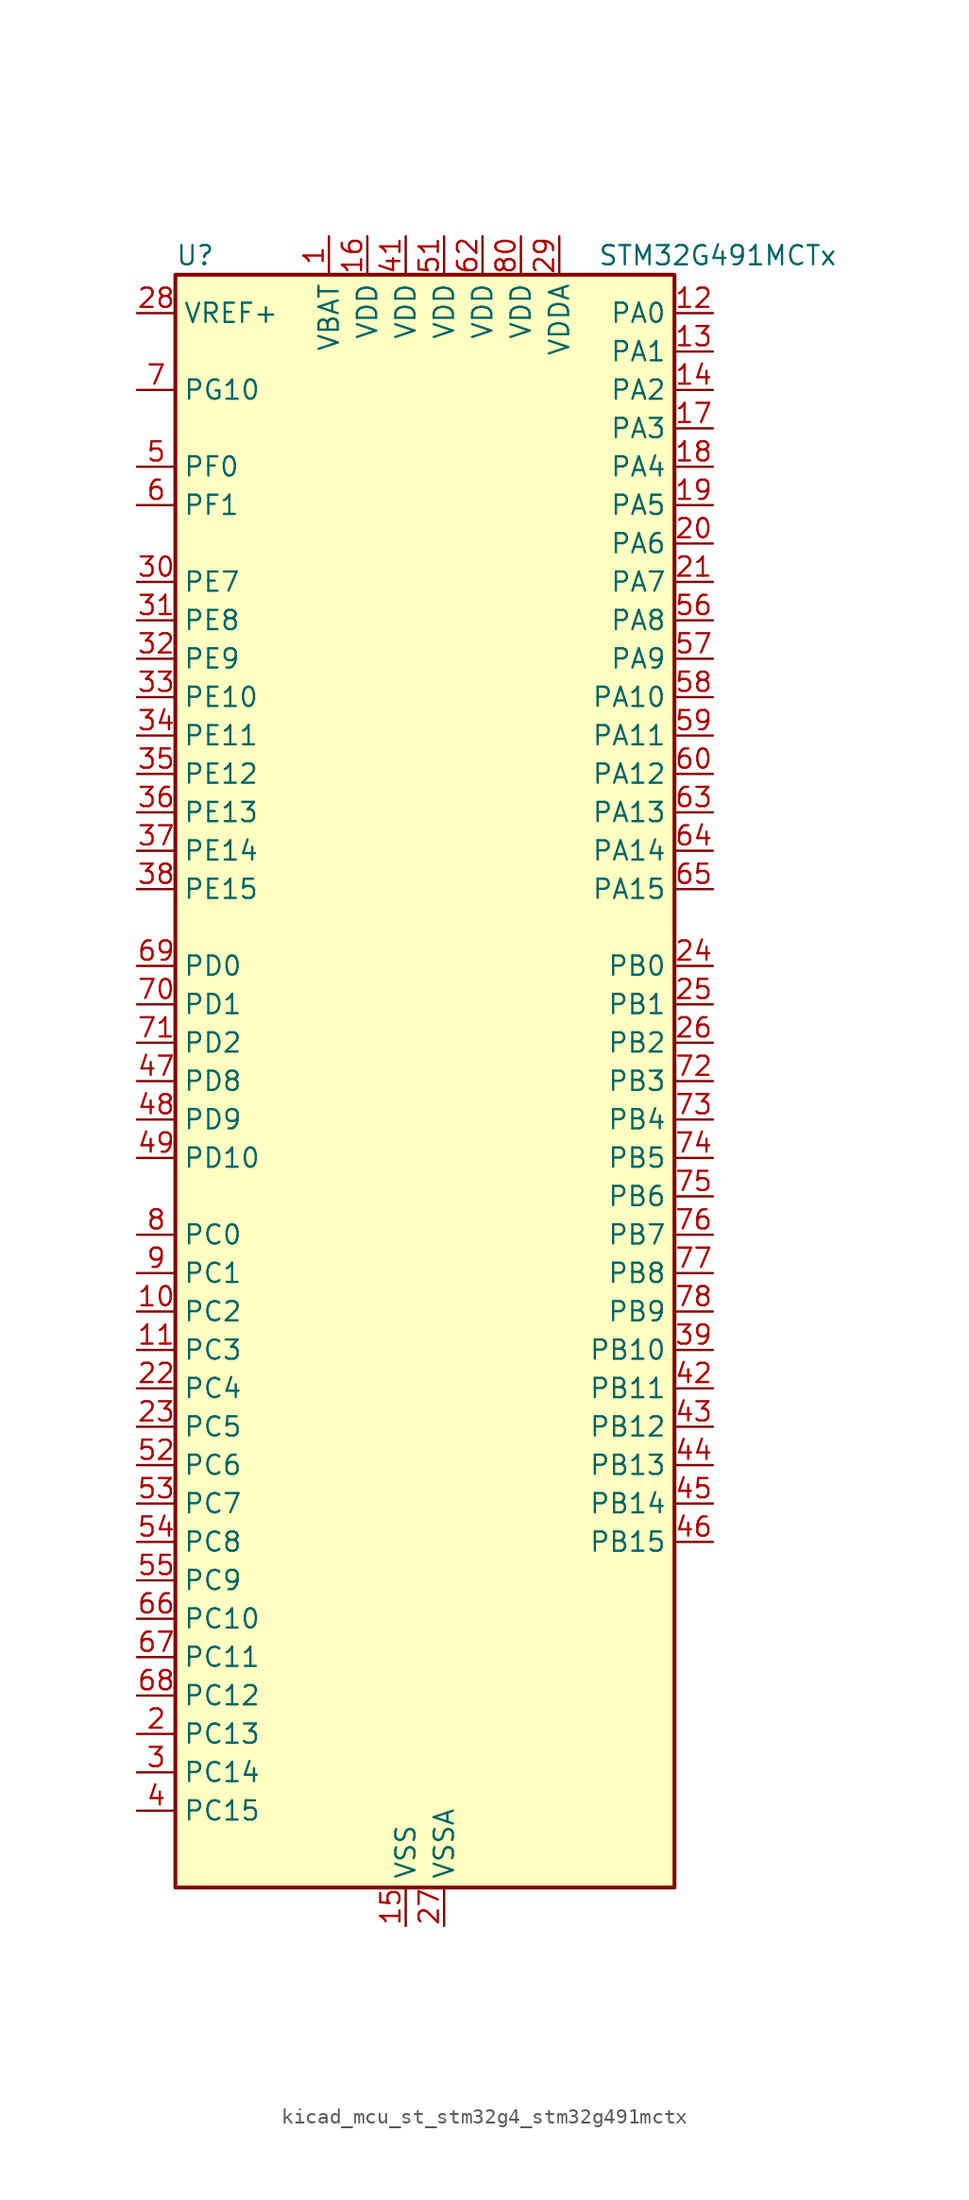
<source format=kicad_sym>
(kicad_symbol_lib
  (version 20220914)
  (generator kicad_symbol_editor)
  (symbol "kicad_mcu_st_stm32g4_stm32g491mctx"
    (property "Reference" "U"
      (at -15.24 54.61 0)
      (effects (font (size 1.27 1.27)) (justify left)))
    (property "Value" "STM32G491MCTx"
      (at 12.7 54.61 0)
      (effects (font (size 1.27 1.27)) (justify left)))
    (property "ki_locked" ""
      (at 0 0 0)
      (effects (font (size 1.27 1.27))))
    (symbol "kicad_mcu_st_stm32g4_stm32g491mctx_0_1"
      (rectangle (start -15.24 -53.34) (end 17.78 53.34) (stroke (width 0.254) (type default)) (fill (type background))))
    (symbol "kicad_mcu_st_stm32g4_stm32g491mctx_1_1"
      (pin power_in line (at -5.08 55.88 270) (length 2.54) (name "VBAT" (effects (font (size 1.27 1.27)))) (number "1" (effects (font (size 1.27 1.27)))))
      (pin bidirectional line (at -17.78 -15.24 0) (length 2.54) (name "PC2" (effects (font (size 1.27 1.27)))) (number "10" (effects (font (size 1.27 1.27)))) (alternate "ADC1_IN8" bidirectional line) (alternate "ADC2_IN8" bidirectional line) (alternate "ADC3_EXTI2" bidirectional line) (alternate "COMP3_OUT" bidirectional line) (alternate "LPTIM1_IN2" bidirectional line) (alternate "QUADSPI1_BK2_IO1" bidirectional line) (alternate "TIM1_CH3" bidirectional line) (alternate "TIM20_CH2" bidirectional line))
      (pin bidirectional line (at -17.78 -17.78 0) (length 2.54) (name "PC3" (effects (font (size 1.27 1.27)))) (number "11" (effects (font (size 1.27 1.27)))) (alternate "ADC1_IN9" bidirectional line) (alternate "ADC2_IN9" bidirectional line) (alternate "ADC3_EXTI3" bidirectional line) (alternate "LPTIM1_ETR" bidirectional line) (alternate "QUADSPI1_BK2_IO2" bidirectional line) (alternate "SAI1_D1" bidirectional line) (alternate "SAI1_SD_A" bidirectional line) (alternate "TIM1_BKIN2" bidirectional line) (alternate "TIM1_CH4" bidirectional line))
      (pin bidirectional line (at 20.32 50.8 180) (length 2.54) (name "PA0" (effects (font (size 1.27 1.27)))) (number "12" (effects (font (size 1.27 1.27)))) (alternate "ADC1_IN1" bidirectional line) (alternate "ADC2_IN1" bidirectional line) (alternate "COMP1_INM" bidirectional line) (alternate "COMP1_OUT" bidirectional line) (alternate "COMP3_INP" bidirectional line) (alternate "RTC_TAMP2" bidirectional line) (alternate "SYS_WKUP1" bidirectional line) (alternate "TIM2_CH1" bidirectional line) (alternate "TIM2_ETR" bidirectional line) (alternate "TIM8_BKIN" bidirectional line) (alternate "TIM8_ETR" bidirectional line) (alternate "USART2_CTS" bidirectional line) (alternate "USART2_NSS" bidirectional line))
      (pin bidirectional line (at 20.32 48.26 180) (length 2.54) (name "PA1" (effects (font (size 1.27 1.27)))) (number "13" (effects (font (size 1.27 1.27)))) (alternate "ADC1_IN2" bidirectional line) (alternate "ADC2_IN2" bidirectional line) (alternate "COMP1_INP" bidirectional line) (alternate "OPAMP1_VINP" bidirectional line) (alternate "OPAMP1_VINP_SEC" bidirectional line) (alternate "OPAMP3_VINP" bidirectional line) (alternate "OPAMP3_VINP_SEC" bidirectional line) (alternate "OPAMP6_VINM" bidirectional line) (alternate "OPAMP6_VINM0" bidirectional line) (alternate "OPAMP6_VINM_SEC" bidirectional line) (alternate "RTC_REFIN" bidirectional line) (alternate "TIM15_CH1N" bidirectional line) (alternate "TIM2_CH2" bidirectional line) (alternate "USART2_DE" bidirectional line) (alternate "USART2_RTS" bidirectional line))
      (pin bidirectional line (at 20.32 45.72 180) (length 2.54) (name "PA2" (effects (font (size 1.27 1.27)))) (number "14" (effects (font (size 1.27 1.27)))) (alternate "ADC1_IN3" bidirectional line) (alternate "ADC3_EXTI2" bidirectional line) (alternate "COMP2_INM" bidirectional line) (alternate "COMP2_OUT" bidirectional line) (alternate "LPUART1_TX" bidirectional line) (alternate "OPAMP1_VOUT" bidirectional line) (alternate "QUADSPI1_BK1_NCS" bidirectional line) (alternate "RCC_LSCO" bidirectional line) (alternate "SYS_WKUP4" bidirectional line) (alternate "TIM15_CH1" bidirectional line) (alternate "TIM2_CH3" bidirectional line) (alternate "UCPD1_FRSTX1" bidirectional line) (alternate "UCPD1_FRSTX2" bidirectional line) (alternate "USART2_TX" bidirectional line))
      (pin power_in line (at 0 -55.88 90) (length 2.54) (name "VSS" (effects (font (size 1.27 1.27)))) (number "15" (effects (font (size 1.27 1.27)))))
      (pin power_in line (at -2.54 55.88 270) (length 2.54) (name "VDD" (effects (font (size 1.27 1.27)))) (number "16" (effects (font (size 1.27 1.27)))))
      (pin bidirectional line (at 20.32 43.18 180) (length 2.54) (name "PA3" (effects (font (size 1.27 1.27)))) (number "17" (effects (font (size 1.27 1.27)))) (alternate "ADC1_IN4" bidirectional line) (alternate "ADC3_EXTI3" bidirectional line) (alternate "COMP2_INP" bidirectional line) (alternate "LPUART1_RX" bidirectional line) (alternate "OPAMP1_VINM" bidirectional line) (alternate "OPAMP1_VINM0" bidirectional line) (alternate "OPAMP1_VINM_SEC" bidirectional line) (alternate "OPAMP1_VINP" bidirectional line) (alternate "OPAMP1_VINP_SEC" bidirectional line) (alternate "QUADSPI1_CLK" bidirectional line) (alternate "SAI1_CK1" bidirectional line) (alternate "SAI1_MCLK_A" bidirectional line) (alternate "TIM15_CH2" bidirectional line) (alternate "TIM2_CH4" bidirectional line) (alternate "USART2_RX" bidirectional line))
      (pin bidirectional line (at 20.32 40.64 180) (length 2.54) (name "PA4" (effects (font (size 1.27 1.27)))) (number "18" (effects (font (size 1.27 1.27)))) (alternate "ADC2_IN17" bidirectional line) (alternate "COMP1_INM" bidirectional line) (alternate "DAC1_OUT1" bidirectional line) (alternate "I2S3_WS" bidirectional line) (alternate "SAI1_FS_B" bidirectional line) (alternate "SPI1_NSS" bidirectional line) (alternate "SPI3_NSS" bidirectional line) (alternate "TIM3_CH2" bidirectional line) (alternate "USART2_CK" bidirectional line))
      (pin bidirectional line (at 20.32 38.1 180) (length 2.54) (name "PA5" (effects (font (size 1.27 1.27)))) (number "19" (effects (font (size 1.27 1.27)))) (alternate "ADC2_IN13" bidirectional line) (alternate "COMP2_INM" bidirectional line) (alternate "DAC1_OUT2" bidirectional line) (alternate "OPAMP2_VINM" bidirectional line) (alternate "OPAMP2_VINM0" bidirectional line) (alternate "OPAMP2_VINM_SEC" bidirectional line) (alternate "SPI1_SCK" bidirectional line) (alternate "TIM2_CH1" bidirectional line) (alternate "TIM2_ETR" bidirectional line) (alternate "UCPD1_FRSTX1" bidirectional line) (alternate "UCPD1_FRSTX2" bidirectional line))
      (pin bidirectional line (at -17.78 -43.18 0) (length 2.54) (name "PC13" (effects (font (size 1.27 1.27)))) (number "2" (effects (font (size 1.27 1.27)))) (alternate "RTC_OUT1" bidirectional line) (alternate "RTC_TAMP1" bidirectional line) (alternate "RTC_TS" bidirectional line) (alternate "SYS_WKUP2" bidirectional line) (alternate "TIM1_BKIN" bidirectional line) (alternate "TIM1_CH1N" bidirectional line) (alternate "TIM8_CH4N" bidirectional line))
      (pin bidirectional line (at 20.32 35.56 180) (length 2.54) (name "PA6" (effects (font (size 1.27 1.27)))) (number "20" (effects (font (size 1.27 1.27)))) (alternate "ADC2_IN3" bidirectional line) (alternate "COMP1_OUT" bidirectional line) (alternate "LPUART1_CTS" bidirectional line) (alternate "OPAMP2_VOUT" bidirectional line) (alternate "QUADSPI1_BK1_IO3" bidirectional line) (alternate "SPI1_MISO" bidirectional line) (alternate "TIM16_CH1" bidirectional line) (alternate "TIM1_BKIN" bidirectional line) (alternate "TIM3_CH1" bidirectional line) (alternate "TIM8_BKIN" bidirectional line))
      (pin bidirectional line (at 20.32 33.02 180) (length 2.54) (name "PA7" (effects (font (size 1.27 1.27)))) (number "21" (effects (font (size 1.27 1.27)))) (alternate "ADC2_IN4" bidirectional line) (alternate "COMP2_INP" bidirectional line) (alternate "COMP2_OUT" bidirectional line) (alternate "OPAMP1_VINP" bidirectional line) (alternate "OPAMP1_VINP_SEC" bidirectional line) (alternate "OPAMP2_VINP" bidirectional line) (alternate "OPAMP2_VINP_SEC" bidirectional line) (alternate "QUADSPI1_BK1_IO2" bidirectional line) (alternate "SPI1_MOSI" bidirectional line) (alternate "TIM17_CH1" bidirectional line) (alternate "TIM1_CH1N" bidirectional line) (alternate "TIM3_CH2" bidirectional line) (alternate "TIM8_CH1N" bidirectional line) (alternate "UCPD1_FRSTX1" bidirectional line) (alternate "UCPD1_FRSTX2" bidirectional line))
      (pin bidirectional line (at -17.78 -20.32 0) (length 2.54) (name "PC4" (effects (font (size 1.27 1.27)))) (number "22" (effects (font (size 1.27 1.27)))) (alternate "ADC2_IN5" bidirectional line) (alternate "I2C2_SCL" bidirectional line) (alternate "QUADSPI1_BK2_IO3" bidirectional line) (alternate "TIM1_ETR" bidirectional line) (alternate "USART1_TX" bidirectional line))
      (pin bidirectional line (at -17.78 -22.86 0) (length 2.54) (name "PC5" (effects (font (size 1.27 1.27)))) (number "23" (effects (font (size 1.27 1.27)))) (alternate "ADC2_IN11" bidirectional line) (alternate "OPAMP1_VINM" bidirectional line) (alternate "OPAMP1_VINM1" bidirectional line) (alternate "OPAMP1_VINM_SEC" bidirectional line) (alternate "OPAMP2_VINM" bidirectional line) (alternate "OPAMP2_VINM1" bidirectional line) (alternate "OPAMP2_VINM_SEC" bidirectional line) (alternate "SAI1_D3" bidirectional line) (alternate "SYS_WKUP5" bidirectional line) (alternate "TIM15_BKIN" bidirectional line) (alternate "TIM1_CH4N" bidirectional line) (alternate "USART1_RX" bidirectional line))
      (pin bidirectional line (at 20.32 7.62 180) (length 2.54) (name "PB0" (effects (font (size 1.27 1.27)))) (number "24" (effects (font (size 1.27 1.27)))) (alternate "ADC1_IN15" bidirectional line) (alternate "ADC3_IN12" bidirectional line) (alternate "COMP4_INP" bidirectional line) (alternate "OPAMP2_VINP" bidirectional line) (alternate "OPAMP2_VINP_SEC" bidirectional line) (alternate "OPAMP3_VINP" bidirectional line) (alternate "OPAMP3_VINP_SEC" bidirectional line) (alternate "QUADSPI1_BK1_IO1" bidirectional line) (alternate "TIM1_CH2N" bidirectional line) (alternate "TIM3_CH3" bidirectional line) (alternate "TIM8_CH2N" bidirectional line) (alternate "UCPD1_FRSTX1" bidirectional line) (alternate "UCPD1_FRSTX2" bidirectional line))
      (pin bidirectional line (at 20.32 5.08 180) (length 2.54) (name "PB1" (effects (font (size 1.27 1.27)))) (number "25" (effects (font (size 1.27 1.27)))) (alternate "ADC1_IN12" bidirectional line) (alternate "ADC3_IN1" bidirectional line) (alternate "COMP1_INP" bidirectional line) (alternate "COMP4_OUT" bidirectional line) (alternate "LPUART1_DE" bidirectional line) (alternate "LPUART1_RTS" bidirectional line) (alternate "OPAMP3_VOUT" bidirectional line) (alternate "OPAMP6_VINM" bidirectional line) (alternate "OPAMP6_VINM1" bidirectional line) (alternate "OPAMP6_VINM_SEC" bidirectional line) (alternate "QUADSPI1_BK1_IO0" bidirectional line) (alternate "TIM1_CH3N" bidirectional line) (alternate "TIM3_CH4" bidirectional line) (alternate "TIM8_CH3N" bidirectional line))
      (pin bidirectional line (at 20.32 2.54 180) (length 2.54) (name "PB2" (effects (font (size 1.27 1.27)))) (number "26" (effects (font (size 1.27 1.27)))) (alternate "ADC2_IN12" bidirectional line) (alternate "ADC3_EXTI2" bidirectional line) (alternate "COMP4_INM" bidirectional line) (alternate "I2C3_SMBA" bidirectional line) (alternate "LPTIM1_OUT" bidirectional line) (alternate "OPAMP3_VINM" bidirectional line) (alternate "OPAMP3_VINM0" bidirectional line) (alternate "OPAMP3_VINM_SEC" bidirectional line) (alternate "QUADSPI1_BK2_IO1" bidirectional line) (alternate "RTC_OUT2" bidirectional line) (alternate "TIM20_CH1" bidirectional line))
      (pin power_in line (at 2.54 -55.88 90) (length 2.54) (name "VSSA" (effects (font (size 1.27 1.27)))) (number "27" (effects (font (size 1.27 1.27)))))
      (pin input line (at -17.78 50.8 0) (length 2.54) (name "VREF+" (effects (font (size 1.27 1.27)))) (number "28" (effects (font (size 1.27 1.27)))) (alternate "VREFBUF_OUT" bidirectional line))
      (pin power_in line (at 10.16 55.88 270) (length 2.54) (name "VDDA" (effects (font (size 1.27 1.27)))) (number "29" (effects (font (size 1.27 1.27)))))
      (pin bidirectional line (at -17.78 -45.72 0) (length 2.54) (name "PC14" (effects (font (size 1.27 1.27)))) (number "3" (effects (font (size 1.27 1.27)))) (alternate "RCC_OSC32_IN" bidirectional line))
      (pin bidirectional line (at -17.78 33.02 0) (length 2.54) (name "PE7" (effects (font (size 1.27 1.27)))) (number "30" (effects (font (size 1.27 1.27)))) (alternate "ADC3_IN4" bidirectional line) (alternate "COMP4_INP" bidirectional line) (alternate "SAI1_SD_B" bidirectional line) (alternate "TIM1_ETR" bidirectional line))
      (pin bidirectional line (at -17.78 30.48 0) (length 2.54) (name "PE8" (effects (font (size 1.27 1.27)))) (number "31" (effects (font (size 1.27 1.27)))) (alternate "ADC3_IN6" bidirectional line) (alternate "COMP4_INM" bidirectional line) (alternate "SAI1_SCK_B" bidirectional line) (alternate "TIM1_CH1N" bidirectional line))
      (pin bidirectional line (at -17.78 27.94 0) (length 2.54) (name "PE9" (effects (font (size 1.27 1.27)))) (number "32" (effects (font (size 1.27 1.27)))) (alternate "ADC3_IN2" bidirectional line) (alternate "DAC1_EXTI9" bidirectional line) (alternate "DAC3_EXTI9" bidirectional line) (alternate "SAI1_FS_B" bidirectional line) (alternate "TIM1_CH1" bidirectional line))
      (pin bidirectional line (at -17.78 25.4 0) (length 2.54) (name "PE10" (effects (font (size 1.27 1.27)))) (number "33" (effects (font (size 1.27 1.27)))) (alternate "ADC3_IN14" bidirectional line) (alternate "DAC1_EXTI10" bidirectional line) (alternate "DAC3_EXTI10" bidirectional line) (alternate "QUADSPI1_CLK" bidirectional line) (alternate "SAI1_MCLK_B" bidirectional line) (alternate "TIM1_CH2N" bidirectional line))
      (pin bidirectional line (at -17.78 22.86 0) (length 2.54) (name "PE11" (effects (font (size 1.27 1.27)))) (number "34" (effects (font (size 1.27 1.27)))) (alternate "ADC1_EXTI11" bidirectional line) (alternate "ADC2_EXTI11" bidirectional line) (alternate "ADC3_IN15" bidirectional line) (alternate "QUADSPI1_BK1_NCS" bidirectional line) (alternate "TIM1_CH2" bidirectional line))
      (pin bidirectional line (at -17.78 20.32 0) (length 2.54) (name "PE12" (effects (font (size 1.27 1.27)))) (number "35" (effects (font (size 1.27 1.27)))) (alternate "ADC3_IN16" bidirectional line) (alternate "QUADSPI1_BK1_IO0" bidirectional line) (alternate "TIM1_CH3N" bidirectional line))
      (pin bidirectional line (at -17.78 17.78 0) (length 2.54) (name "PE13" (effects (font (size 1.27 1.27)))) (number "36" (effects (font (size 1.27 1.27)))) (alternate "ADC3_IN3" bidirectional line) (alternate "QUADSPI1_BK1_IO1" bidirectional line) (alternate "TIM1_CH3" bidirectional line))
      (pin bidirectional line (at -17.78 15.24 0) (length 2.54) (name "PE14" (effects (font (size 1.27 1.27)))) (number "37" (effects (font (size 1.27 1.27)))) (alternate "QUADSPI1_BK1_IO2" bidirectional line) (alternate "TIM1_BKIN2" bidirectional line) (alternate "TIM1_CH4" bidirectional line))
      (pin bidirectional line (at -17.78 12.7 0) (length 2.54) (name "PE15" (effects (font (size 1.27 1.27)))) (number "38" (effects (font (size 1.27 1.27)))) (alternate "ADC1_EXTI15" bidirectional line) (alternate "ADC2_EXTI15" bidirectional line) (alternate "QUADSPI1_BK1_IO3" bidirectional line) (alternate "TIM1_BKIN" bidirectional line) (alternate "TIM1_CH4N" bidirectional line) (alternate "USART3_RX" bidirectional line))
      (pin bidirectional line (at 20.32 -17.78 180) (length 2.54) (name "PB10" (effects (font (size 1.27 1.27)))) (number "39" (effects (font (size 1.27 1.27)))) (alternate "DAC1_EXTI10" bidirectional line) (alternate "DAC3_EXTI10" bidirectional line) (alternate "LPUART1_RX" bidirectional line) (alternate "OPAMP3_VINM" bidirectional line) (alternate "OPAMP3_VINM1" bidirectional line) (alternate "OPAMP3_VINM_SEC" bidirectional line) (alternate "QUADSPI1_CLK" bidirectional line) (alternate "SAI1_SCK_A" bidirectional line) (alternate "TIM1_BKIN" bidirectional line) (alternate "TIM2_CH3" bidirectional line) (alternate "USART3_TX" bidirectional line))
      (pin bidirectional line (at -17.78 -48.26 0) (length 2.54) (name "PC15" (effects (font (size 1.27 1.27)))) (number "4" (effects (font (size 1.27 1.27)))) (alternate "ADC1_EXTI15" bidirectional line) (alternate "ADC2_EXTI15" bidirectional line) (alternate "RCC_OSC32_OUT" bidirectional line))
      (pin passive line (at 0 -55.88 90) (length 2.54) hide (name "VSS" (effects (font (size 1.27 1.27)))) (number "40" (effects (font (size 1.27 1.27)))))
      (pin power_in line (at 0 55.88 270) (length 2.54) (name "VDD" (effects (font (size 1.27 1.27)))) (number "41" (effects (font (size 1.27 1.27)))))
      (pin bidirectional line (at 20.32 -20.32 180) (length 2.54) (name "PB11" (effects (font (size 1.27 1.27)))) (number "42" (effects (font (size 1.27 1.27)))) (alternate "ADC1_EXTI11" bidirectional line) (alternate "ADC1_IN14" bidirectional line) (alternate "ADC2_EXTI11" bidirectional line) (alternate "ADC2_IN14" bidirectional line) (alternate "LPUART1_TX" bidirectional line) (alternate "OPAMP6_VOUT" bidirectional line) (alternate "QUADSPI1_BK1_NCS" bidirectional line) (alternate "TIM2_CH4" bidirectional line) (alternate "USART3_RX" bidirectional line))
      (pin bidirectional line (at 20.32 -22.86 180) (length 2.54) (name "PB12" (effects (font (size 1.27 1.27)))) (number "43" (effects (font (size 1.27 1.27)))) (alternate "ADC1_IN11" bidirectional line) (alternate "FDCAN2_RX" bidirectional line) (alternate "I2C2_SMBA" bidirectional line) (alternate "I2S2_WS" bidirectional line) (alternate "LPUART1_DE" bidirectional line) (alternate "LPUART1_RTS" bidirectional line) (alternate "OPAMP6_VINP" bidirectional line) (alternate "OPAMP6_VINP_SEC" bidirectional line) (alternate "SPI2_NSS" bidirectional line) (alternate "TIM1_BKIN" bidirectional line) (alternate "USART3_CK" bidirectional line))
      (pin bidirectional line (at 20.32 -25.4 180) (length 2.54) (name "PB13" (effects (font (size 1.27 1.27)))) (number "44" (effects (font (size 1.27 1.27)))) (alternate "ADC3_IN5" bidirectional line) (alternate "FDCAN2_TX" bidirectional line) (alternate "I2S2_CK" bidirectional line) (alternate "LPUART1_CTS" bidirectional line) (alternate "OPAMP3_VINP" bidirectional line) (alternate "OPAMP3_VINP_SEC" bidirectional line) (alternate "OPAMP6_VINP" bidirectional line) (alternate "OPAMP6_VINP_SEC" bidirectional line) (alternate "SPI2_SCK" bidirectional line) (alternate "TIM1_CH1N" bidirectional line) (alternate "USART3_CTS" bidirectional line) (alternate "USART3_NSS" bidirectional line))
      (pin bidirectional line (at 20.32 -27.94 180) (length 2.54) (name "PB14" (effects (font (size 1.27 1.27)))) (number "45" (effects (font (size 1.27 1.27)))) (alternate "ADC1_IN5" bidirectional line) (alternate "COMP4_OUT" bidirectional line) (alternate "OPAMP2_VINP" bidirectional line) (alternate "OPAMP2_VINP_SEC" bidirectional line) (alternate "SPI2_MISO" bidirectional line) (alternate "TIM15_CH1" bidirectional line) (alternate "TIM1_CH2N" bidirectional line) (alternate "USART3_DE" bidirectional line) (alternate "USART3_RTS" bidirectional line))
      (pin bidirectional line (at 20.32 -30.48 180) (length 2.54) (name "PB15" (effects (font (size 1.27 1.27)))) (number "46" (effects (font (size 1.27 1.27)))) (alternate "ADC1_EXTI15" bidirectional line) (alternate "ADC2_EXTI15" bidirectional line) (alternate "ADC2_IN15" bidirectional line) (alternate "COMP3_OUT" bidirectional line) (alternate "I2S2_SD" bidirectional line) (alternate "RTC_REFIN" bidirectional line) (alternate "SPI2_MOSI" bidirectional line) (alternate "TIM15_CH1N" bidirectional line) (alternate "TIM15_CH2" bidirectional line) (alternate "TIM1_CH3N" bidirectional line))
      (pin bidirectional line (at -17.78 0 0) (length 2.54) (name "PD8" (effects (font (size 1.27 1.27)))) (number "47" (effects (font (size 1.27 1.27)))) (alternate "USART3_TX" bidirectional line))
      (pin bidirectional line (at -17.78 -2.54 0) (length 2.54) (name "PD9" (effects (font (size 1.27 1.27)))) (number "48" (effects (font (size 1.27 1.27)))) (alternate "DAC1_EXTI9" bidirectional line) (alternate "DAC3_EXTI9" bidirectional line) (alternate "OPAMP6_VINP" bidirectional line) (alternate "OPAMP6_VINP_SEC" bidirectional line) (alternate "USART3_RX" bidirectional line))
      (pin bidirectional line (at -17.78 -5.08 0) (length 2.54) (name "PD10" (effects (font (size 1.27 1.27)))) (number "49" (effects (font (size 1.27 1.27)))) (alternate "ADC3_IN7" bidirectional line) (alternate "DAC1_EXTI10" bidirectional line) (alternate "DAC3_EXTI10" bidirectional line) (alternate "USART3_CK" bidirectional line))
      (pin bidirectional line (at -17.78 40.64 0) (length 2.54) (name "PF0" (effects (font (size 1.27 1.27)))) (number "5" (effects (font (size 1.27 1.27)))) (alternate "ADC1_IN10" bidirectional line) (alternate "I2C2_SDA" bidirectional line) (alternate "I2S2_WS" bidirectional line) (alternate "RCC_OSC_IN" bidirectional line) (alternate "SPI2_NSS" bidirectional line) (alternate "TIM1_CH3N" bidirectional line))
      (pin passive line (at 0 -55.88 90) (length 2.54) hide (name "VSS" (effects (font (size 1.27 1.27)))) (number "50" (effects (font (size 1.27 1.27)))))
      (pin power_in line (at 2.54 55.88 270) (length 2.54) (name "VDD" (effects (font (size 1.27 1.27)))) (number "51" (effects (font (size 1.27 1.27)))))
      (pin bidirectional line (at -17.78 -25.4 0) (length 2.54) (name "PC6" (effects (font (size 1.27 1.27)))) (number "52" (effects (font (size 1.27 1.27)))) (alternate "I2S2_MCK" bidirectional line) (alternate "TIM3_CH1" bidirectional line) (alternate "TIM8_CH1" bidirectional line))
      (pin bidirectional line (at -17.78 -27.94 0) (length 2.54) (name "PC7" (effects (font (size 1.27 1.27)))) (number "53" (effects (font (size 1.27 1.27)))) (alternate "I2S3_MCK" bidirectional line) (alternate "TIM3_CH2" bidirectional line) (alternate "TIM8_CH2" bidirectional line))
      (pin bidirectional line (at -17.78 -30.48 0) (length 2.54) (name "PC8" (effects (font (size 1.27 1.27)))) (number "54" (effects (font (size 1.27 1.27)))) (alternate "I2C3_SCL" bidirectional line) (alternate "TIM20_CH3" bidirectional line) (alternate "TIM3_CH3" bidirectional line) (alternate "TIM8_CH3" bidirectional line))
      (pin bidirectional line (at -17.78 -33.02 0) (length 2.54) (name "PC9" (effects (font (size 1.27 1.27)))) (number "55" (effects (font (size 1.27 1.27)))) (alternate "DAC1_EXTI9" bidirectional line) (alternate "DAC3_EXTI9" bidirectional line) (alternate "I2C3_SDA" bidirectional line) (alternate "I2S_CKIN" bidirectional line) (alternate "TIM3_CH4" bidirectional line) (alternate "TIM8_BKIN2" bidirectional line) (alternate "TIM8_CH4" bidirectional line))
      (pin bidirectional line (at 20.32 30.48 180) (length 2.54) (name "PA8" (effects (font (size 1.27 1.27)))) (number "56" (effects (font (size 1.27 1.27)))) (alternate "I2C2_SDA" bidirectional line) (alternate "I2C3_SCL" bidirectional line) (alternate "I2S2_MCK" bidirectional line) (alternate "RCC_MCO" bidirectional line) (alternate "SAI1_CK2" bidirectional line) (alternate "SAI1_SCK_A" bidirectional line) (alternate "TIM1_CH1" bidirectional line) (alternate "TIM4_ETR" bidirectional line) (alternate "USART1_CK" bidirectional line))
      (pin bidirectional line (at 20.32 27.94 180) (length 2.54) (name "PA9" (effects (font (size 1.27 1.27)))) (number "57" (effects (font (size 1.27 1.27)))) (alternate "DAC1_EXTI9" bidirectional line) (alternate "DAC3_EXTI9" bidirectional line) (alternate "I2C2_SCL" bidirectional line) (alternate "I2C3_SMBA" bidirectional line) (alternate "I2S3_MCK" bidirectional line) (alternate "SAI1_FS_A" bidirectional line) (alternate "TIM15_BKIN" bidirectional line) (alternate "TIM1_CH2" bidirectional line) (alternate "TIM2_CH3" bidirectional line) (alternate "UCPD1_DBCC1" bidirectional line) (alternate "USART1_TX" bidirectional line))
      (pin bidirectional line (at 20.32 25.4 180) (length 2.54) (name "PA10" (effects (font (size 1.27 1.27)))) (number "58" (effects (font (size 1.27 1.27)))) (alternate "CRS_SYNC" bidirectional line) (alternate "DAC1_EXTI10" bidirectional line) (alternate "DAC3_EXTI10" bidirectional line) (alternate "I2C2_SMBA" bidirectional line) (alternate "SAI1_D1" bidirectional line) (alternate "SAI1_SD_A" bidirectional line) (alternate "SPI2_MISO" bidirectional line) (alternate "TIM17_BKIN" bidirectional line) (alternate "TIM1_CH3" bidirectional line) (alternate "TIM2_CH4" bidirectional line) (alternate "TIM8_BKIN" bidirectional line) (alternate "UCPD1_DBCC2" bidirectional line) (alternate "USART1_RX" bidirectional line))
      (pin bidirectional line (at 20.32 22.86 180) (length 2.54) (name "PA11" (effects (font (size 1.27 1.27)))) (number "59" (effects (font (size 1.27 1.27)))) (alternate "ADC1_EXTI11" bidirectional line) (alternate "ADC2_EXTI11" bidirectional line) (alternate "COMP1_OUT" bidirectional line) (alternate "FDCAN1_RX" bidirectional line) (alternate "I2S2_SD" bidirectional line) (alternate "SPI2_MOSI" bidirectional line) (alternate "TIM1_BKIN2" bidirectional line) (alternate "TIM1_CH1N" bidirectional line) (alternate "TIM1_CH4" bidirectional line) (alternate "TIM4_CH1" bidirectional line) (alternate "USART1_CTS" bidirectional line) (alternate "USART1_NSS" bidirectional line) (alternate "USB_DM" bidirectional line))
      (pin bidirectional line (at -17.78 38.1 0) (length 2.54) (name "PF1" (effects (font (size 1.27 1.27)))) (number "6" (effects (font (size 1.27 1.27)))) (alternate "ADC2_IN10" bidirectional line) (alternate "COMP3_INM" bidirectional line) (alternate "I2S2_CK" bidirectional line) (alternate "RCC_OSC_OUT" bidirectional line) (alternate "SPI2_SCK" bidirectional line))
      (pin bidirectional line (at 20.32 20.32 180) (length 2.54) (name "PA12" (effects (font (size 1.27 1.27)))) (number "60" (effects (font (size 1.27 1.27)))) (alternate "COMP2_OUT" bidirectional line) (alternate "FDCAN1_TX" bidirectional line) (alternate "I2S_CKIN" bidirectional line) (alternate "TIM16_CH1" bidirectional line) (alternate "TIM1_CH2N" bidirectional line) (alternate "TIM1_ETR" bidirectional line) (alternate "TIM4_CH2" bidirectional line) (alternate "USART1_DE" bidirectional line) (alternate "USART1_RTS" bidirectional line) (alternate "USB_DP" bidirectional line))
      (pin passive line (at 0 -55.88 90) (length 2.54) hide (name "VSS" (effects (font (size 1.27 1.27)))) (number "61" (effects (font (size 1.27 1.27)))))
      (pin power_in line (at 5.08 55.88 270) (length 2.54) (name "VDD" (effects (font (size 1.27 1.27)))) (number "62" (effects (font (size 1.27 1.27)))))
      (pin bidirectional line (at 20.32 17.78 180) (length 2.54) (name "PA13" (effects (font (size 1.27 1.27)))) (number "63" (effects (font (size 1.27 1.27)))) (alternate "I2C1_SCL" bidirectional line) (alternate "IR_OUT" bidirectional line) (alternate "SAI1_SD_B" bidirectional line) (alternate "SYS_JTMS-SWDIO" bidirectional line) (alternate "TIM16_CH1N" bidirectional line) (alternate "TIM4_CH3" bidirectional line) (alternate "USART3_CTS" bidirectional line) (alternate "USART3_NSS" bidirectional line))
      (pin bidirectional line (at 20.32 15.24 180) (length 2.54) (name "PA14" (effects (font (size 1.27 1.27)))) (number "64" (effects (font (size 1.27 1.27)))) (alternate "I2C1_SDA" bidirectional line) (alternate "LPTIM1_OUT" bidirectional line) (alternate "SAI1_FS_B" bidirectional line) (alternate "SYS_JTCK-SWCLK" bidirectional line) (alternate "TIM1_BKIN" bidirectional line) (alternate "TIM8_CH2" bidirectional line) (alternate "USART2_TX" bidirectional line))
      (pin bidirectional line (at 20.32 12.7 180) (length 2.54) (name "PA15" (effects (font (size 1.27 1.27)))) (number "65" (effects (font (size 1.27 1.27)))) (alternate "ADC1_EXTI15" bidirectional line) (alternate "ADC2_EXTI15" bidirectional line) (alternate "I2C1_SCL" bidirectional line) (alternate "I2S3_WS" bidirectional line) (alternate "SPI1_NSS" bidirectional line) (alternate "SPI3_NSS" bidirectional line) (alternate "SYS_JTDI" bidirectional line) (alternate "TIM1_BKIN" bidirectional line) (alternate "TIM20_ETR" bidirectional line) (alternate "TIM2_CH1" bidirectional line) (alternate "TIM2_ETR" bidirectional line) (alternate "TIM8_CH1" bidirectional line) (alternate "UART4_DE" bidirectional line) (alternate "UART4_RTS" bidirectional line) (alternate "USART2_RX" bidirectional line))
      (pin bidirectional line (at -17.78 -35.56 0) (length 2.54) (name "PC10" (effects (font (size 1.27 1.27)))) (number "66" (effects (font (size 1.27 1.27)))) (alternate "DAC1_EXTI10" bidirectional line) (alternate "DAC3_EXTI10" bidirectional line) (alternate "I2S3_CK" bidirectional line) (alternate "SPI3_SCK" bidirectional line) (alternate "TIM8_CH1N" bidirectional line) (alternate "UART4_TX" bidirectional line) (alternate "USART3_TX" bidirectional line))
      (pin bidirectional line (at -17.78 -38.1 0) (length 2.54) (name "PC11" (effects (font (size 1.27 1.27)))) (number "67" (effects (font (size 1.27 1.27)))) (alternate "ADC1_EXTI11" bidirectional line) (alternate "ADC2_EXTI11" bidirectional line) (alternate "I2C3_SDA" bidirectional line) (alternate "SPI3_MISO" bidirectional line) (alternate "TIM8_CH2N" bidirectional line) (alternate "UART4_RX" bidirectional line) (alternate "USART3_RX" bidirectional line))
      (pin bidirectional line (at -17.78 -40.64 0) (length 2.54) (name "PC12" (effects (font (size 1.27 1.27)))) (number "68" (effects (font (size 1.27 1.27)))) (alternate "I2S3_SD" bidirectional line) (alternate "SPI3_MOSI" bidirectional line) (alternate "TIM8_CH3N" bidirectional line) (alternate "UART5_TX" bidirectional line) (alternate "UCPD1_FRSTX1" bidirectional line) (alternate "UCPD1_FRSTX2" bidirectional line) (alternate "USART3_CK" bidirectional line))
      (pin bidirectional line (at -17.78 7.62 0) (length 2.54) (name "PD0" (effects (font (size 1.27 1.27)))) (number "69" (effects (font (size 1.27 1.27)))) (alternate "FDCAN1_RX" bidirectional line) (alternate "TIM8_CH4N" bidirectional line))
      (pin bidirectional line (at -17.78 45.72 0) (length 2.54) (name "PG10" (effects (font (size 1.27 1.27)))) (number "7" (effects (font (size 1.27 1.27)))) (alternate "DAC1_EXTI10" bidirectional line) (alternate "DAC3_EXTI10" bidirectional line) (alternate "RCC_MCO" bidirectional line))
      (pin bidirectional line (at -17.78 5.08 0) (length 2.54) (name "PD1" (effects (font (size 1.27 1.27)))) (number "70" (effects (font (size 1.27 1.27)))) (alternate "FDCAN1_TX" bidirectional line) (alternate "TIM8_BKIN2" bidirectional line) (alternate "TIM8_CH4" bidirectional line))
      (pin bidirectional line (at -17.78 2.54 0) (length 2.54) (name "PD2" (effects (font (size 1.27 1.27)))) (number "71" (effects (font (size 1.27 1.27)))) (alternate "ADC3_EXTI2" bidirectional line) (alternate "TIM3_ETR" bidirectional line) (alternate "TIM8_BKIN" bidirectional line) (alternate "UART5_RX" bidirectional line))
      (pin bidirectional line (at 20.32 0 180) (length 2.54) (name "PB3" (effects (font (size 1.27 1.27)))) (number "72" (effects (font (size 1.27 1.27)))) (alternate "ADC3_EXTI3" bidirectional line) (alternate "CRS_SYNC" bidirectional line) (alternate "I2S3_CK" bidirectional line) (alternate "SAI1_SCK_B" bidirectional line) (alternate "SPI1_SCK" bidirectional line) (alternate "SPI3_SCK" bidirectional line) (alternate "SYS_JTDO-SWO" bidirectional line) (alternate "TIM2_CH2" bidirectional line) (alternate "TIM3_ETR" bidirectional line) (alternate "TIM4_ETR" bidirectional line) (alternate "TIM8_CH1N" bidirectional line) (alternate "USART2_TX" bidirectional line))
      (pin bidirectional line (at 20.32 -2.54 180) (length 2.54) (name "PB4" (effects (font (size 1.27 1.27)))) (number "73" (effects (font (size 1.27 1.27)))) (alternate "SAI1_MCLK_B" bidirectional line) (alternate "SPI1_MISO" bidirectional line) (alternate "SPI3_MISO" bidirectional line) (alternate "SYS_JTRST" bidirectional line) (alternate "TIM16_CH1" bidirectional line) (alternate "TIM17_BKIN" bidirectional line) (alternate "TIM3_CH1" bidirectional line) (alternate "TIM8_CH2N" bidirectional line) (alternate "UART5_DE" bidirectional line) (alternate "UART5_RTS" bidirectional line) (alternate "UCPD1_CC2" bidirectional line) (alternate "USART2_RX" bidirectional line))
      (pin bidirectional line (at 20.32 -5.08 180) (length 2.54) (name "PB5" (effects (font (size 1.27 1.27)))) (number "74" (effects (font (size 1.27 1.27)))) (alternate "FDCAN2_RX" bidirectional line) (alternate "I2C1_SMBA" bidirectional line) (alternate "I2C3_SDA" bidirectional line) (alternate "I2S3_SD" bidirectional line) (alternate "LPTIM1_IN1" bidirectional line) (alternate "SAI1_SD_B" bidirectional line) (alternate "SPI1_MOSI" bidirectional line) (alternate "SPI3_MOSI" bidirectional line) (alternate "TIM16_BKIN" bidirectional line) (alternate "TIM17_CH1" bidirectional line) (alternate "TIM3_CH2" bidirectional line) (alternate "TIM8_CH3N" bidirectional line) (alternate "UART5_CTS" bidirectional line) (alternate "USART2_CK" bidirectional line))
      (pin bidirectional line (at 20.32 -7.62 180) (length 2.54) (name "PB6" (effects (font (size 1.27 1.27)))) (number "75" (effects (font (size 1.27 1.27)))) (alternate "COMP4_OUT" bidirectional line) (alternate "FDCAN2_TX" bidirectional line) (alternate "LPTIM1_ETR" bidirectional line) (alternate "SAI1_FS_B" bidirectional line) (alternate "TIM16_CH1N" bidirectional line) (alternate "TIM4_CH1" bidirectional line) (alternate "TIM8_BKIN2" bidirectional line) (alternate "TIM8_CH1" bidirectional line) (alternate "TIM8_ETR" bidirectional line) (alternate "UCPD1_CC1" bidirectional line) (alternate "USART1_TX" bidirectional line))
      (pin bidirectional line (at 20.32 -10.16 180) (length 2.54) (name "PB7" (effects (font (size 1.27 1.27)))) (number "76" (effects (font (size 1.27 1.27)))) (alternate "COMP3_OUT" bidirectional line) (alternate "I2C1_SDA" bidirectional line) (alternate "LPTIM1_IN2" bidirectional line) (alternate "SYS_PVD_IN" bidirectional line) (alternate "TIM17_CH1N" bidirectional line) (alternate "TIM3_CH4" bidirectional line) (alternate "TIM4_CH2" bidirectional line) (alternate "TIM8_BKIN" bidirectional line) (alternate "UART4_CTS" bidirectional line) (alternate "USART1_RX" bidirectional line))
      (pin bidirectional line (at 20.32 -12.7 180) (length 2.54) (name "PB8" (effects (font (size 1.27 1.27)))) (number "77" (effects (font (size 1.27 1.27)))) (alternate "COMP1_OUT" bidirectional line) (alternate "FDCAN1_RX" bidirectional line) (alternate "I2C1_SCL" bidirectional line) (alternate "SAI1_CK1" bidirectional line) (alternate "SAI1_MCLK_A" bidirectional line) (alternate "TIM16_CH1" bidirectional line) (alternate "TIM1_BKIN" bidirectional line) (alternate "TIM4_CH3" bidirectional line) (alternate "TIM8_CH2" bidirectional line) (alternate "USART3_RX" bidirectional line))
      (pin bidirectional line (at 20.32 -15.24 180) (length 2.54) (name "PB9" (effects (font (size 1.27 1.27)))) (number "78" (effects (font (size 1.27 1.27)))) (alternate "COMP2_OUT" bidirectional line) (alternate "DAC1_EXTI9" bidirectional line) (alternate "DAC3_EXTI9" bidirectional line) (alternate "FDCAN1_TX" bidirectional line) (alternate "I2C1_SDA" bidirectional line) (alternate "IR_OUT" bidirectional line) (alternate "SAI1_D2" bidirectional line) (alternate "SAI1_FS_A" bidirectional line) (alternate "TIM17_CH1" bidirectional line) (alternate "TIM1_CH3N" bidirectional line) (alternate "TIM4_CH4" bidirectional line) (alternate "TIM8_CH3" bidirectional line) (alternate "USART3_TX" bidirectional line))
      (pin passive line (at 0 -55.88 90) (length 2.54) hide (name "VSS" (effects (font (size 1.27 1.27)))) (number "79" (effects (font (size 1.27 1.27)))))
      (pin bidirectional line (at -17.78 -10.16 0) (length 2.54) (name "PC0" (effects (font (size 1.27 1.27)))) (number "8" (effects (font (size 1.27 1.27)))) (alternate "ADC1_IN6" bidirectional line) (alternate "ADC2_IN6" bidirectional line) (alternate "COMP3_INM" bidirectional line) (alternate "LPTIM1_IN1" bidirectional line) (alternate "LPUART1_RX" bidirectional line) (alternate "TIM1_CH1" bidirectional line))
      (pin power_in line (at 7.62 55.88 270) (length 2.54) (name "VDD" (effects (font (size 1.27 1.27)))) (number "80" (effects (font (size 1.27 1.27)))))
      (pin bidirectional line (at -17.78 -12.7 0) (length 2.54) (name "PC1" (effects (font (size 1.27 1.27)))) (number "9" (effects (font (size 1.27 1.27)))) (alternate "ADC1_IN7" bidirectional line) (alternate "ADC2_IN7" bidirectional line) (alternate "COMP3_INP" bidirectional line) (alternate "LPTIM1_OUT" bidirectional line) (alternate "LPUART1_TX" bidirectional line) (alternate "QUADSPI1_BK2_IO0" bidirectional line) (alternate "SAI1_SD_A" bidirectional line) (alternate "TIM1_CH2" bidirectional line)))))
</source>
